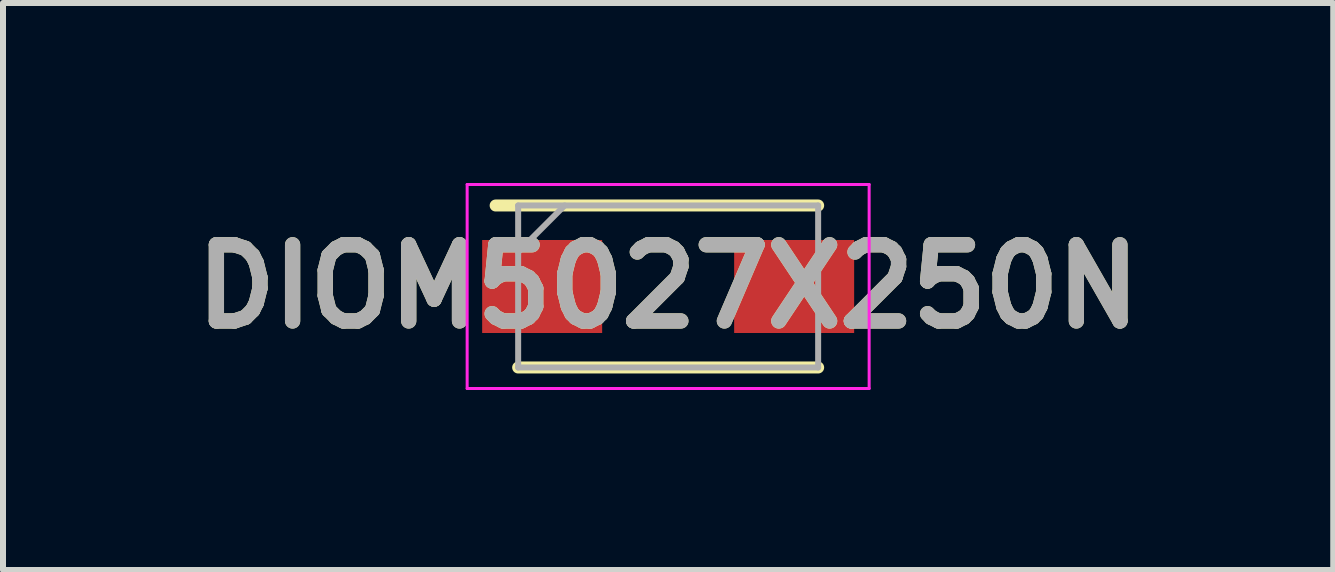
<source format=kicad_pcb>
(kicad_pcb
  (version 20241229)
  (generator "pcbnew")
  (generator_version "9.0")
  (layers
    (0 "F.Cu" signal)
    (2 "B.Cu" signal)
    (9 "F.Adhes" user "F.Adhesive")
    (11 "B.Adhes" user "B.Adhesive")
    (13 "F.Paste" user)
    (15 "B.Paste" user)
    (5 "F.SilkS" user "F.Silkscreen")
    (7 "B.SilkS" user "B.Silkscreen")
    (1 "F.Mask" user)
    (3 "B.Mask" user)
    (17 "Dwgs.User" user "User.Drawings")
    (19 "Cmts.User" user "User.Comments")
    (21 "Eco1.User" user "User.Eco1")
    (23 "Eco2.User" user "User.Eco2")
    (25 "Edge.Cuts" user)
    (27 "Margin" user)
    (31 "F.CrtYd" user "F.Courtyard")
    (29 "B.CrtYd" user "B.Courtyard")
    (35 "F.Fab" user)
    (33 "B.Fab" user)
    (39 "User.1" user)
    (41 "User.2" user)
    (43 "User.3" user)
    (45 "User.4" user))
  (footprint "DIOM5027X250N"
    (layer "F.Cu")
    (at 8.086 1.725)
    (property "Reference" "DIOM5027X250N" (at 0 0 0) (layer "F.SilkS") (effects (font (size 1.27 1.27) (thickness 0.254))))
    (attr smd)
    (fp_line (start -2.5 1.35) (end 2.5 1.35) (stroke (width 0.2) (type solid)) (layer "F.SilkS"))
    (fp_line (start 2.5 -1.35) (end -2.875 -1.35) (stroke (width 0.2) (type solid)) (layer "F.SilkS"))
    (fp_line (start -3.35 -1.7) (end 3.35 -1.7) (stroke (width 0.05) (type solid)) (layer "F.CrtYd"))
    (fp_line (start -3.35 1.7) (end -3.35 -1.7) (stroke (width 0.05) (type solid)) (layer "F.CrtYd"))
    (fp_line (start 3.35 -1.7) (end 3.35 1.7) (stroke (width 0.05) (type solid)) (layer "F.CrtYd"))
    (fp_line (start 3.35 1.7) (end -3.35 1.7) (stroke (width 0.05) (type solid)) (layer "F.CrtYd"))
    (fp_line (start -2.5 -1.35) (end 2.5 -1.35) (stroke (width 0.1) (type solid)) (layer "F.Fab"))
    (fp_line (start -2.5 -0.575) (end -1.725 -1.35) (stroke (width 0.1) (type solid)) (layer "F.Fab"))
    (fp_line (start -2.5 1.35) (end -2.5 -1.35) (stroke (width 0.1) (type solid)) (layer "F.Fab"))
    (fp_line (start 2.5 -1.35) (end 2.5 1.35) (stroke (width 0.1) (type solid)) (layer "F.Fab"))
    (fp_line (start 2.5 1.35) (end -2.5 1.35) (stroke (width 0.1) (type solid)) (layer "F.Fab"))
    (fp_text user "${REFERENCE}" (at 0 0 0) (layer "F.Fab") (effects (font (size 1.27 1.27) (thickness 0.254))))
    (pad "1" smd rect (at -2.1 0 90) (size 1.55 2) (layers "F.Cu" "F.Mask" "F.Paste"))
    (pad "2" smd rect (at 2.1 0 90) (size 1.55 2) (layers "F.Cu" "F.Mask" "F.Paste")))
  (gr_rect
    (start -3 -3)
    (end 19.171 6.45)
    (stroke (width 0.1) (type default))
    (fill no)
    (layer "Edge.Cuts")))
</source>
